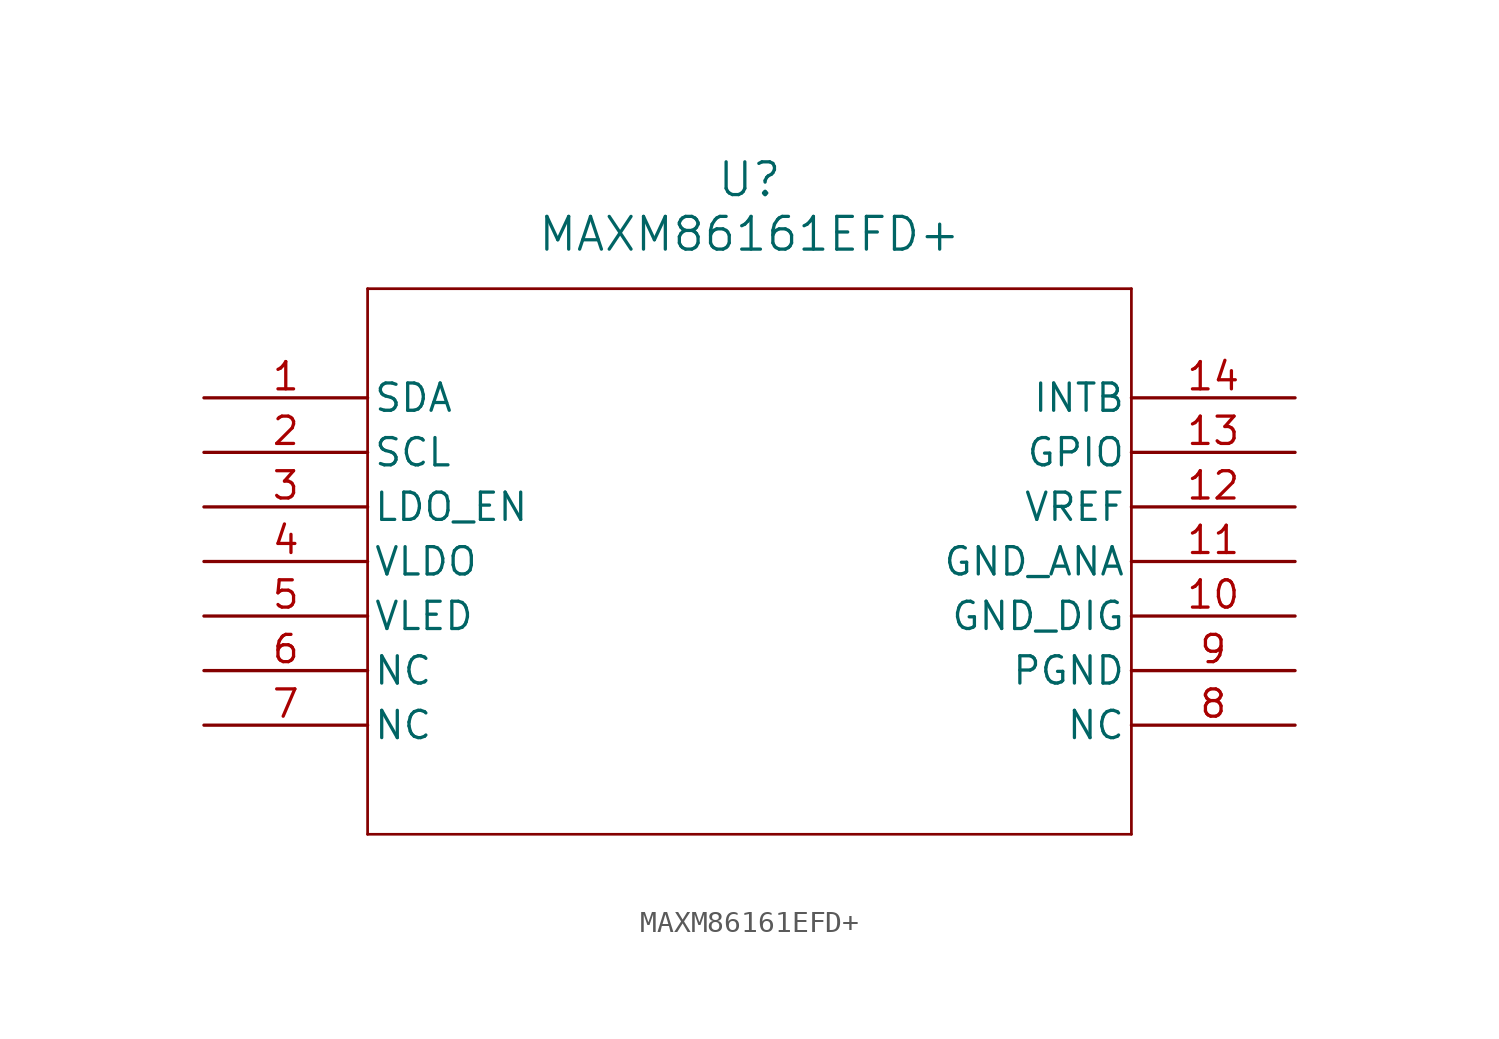
<source format=kicad_sym>
(kicad_symbol_lib
  (version 20211014)
  (generator kicad_symbol_editor)
  (symbol "MAXM86161EFD+"
    (pin_names
      (offset 0.254))
    (property "Reference" "U"
      (at 25.4 10.16 0)
      (effects (font (size 1.524 1.524))))
    (property "Value" "MAXM86161EFD+"
      (at 25.4 7.62 0)
      (effects (font (size 1.524 1.524))))
    (symbol "MAXM86161EFD+_0_1"
      (polyline (pts (xy 7.62 5.08) (xy 7.62 -20.32)) (stroke (width 0.127) (type default) (color 0 0 0 0)) (fill (type none)))
      (polyline (pts (xy 7.62 -20.32) (xy 43.18 -20.32)) (stroke (width 0.127) (type default) (color 0 0 0 0)) (fill (type none)))
      (polyline (pts (xy 43.18 -20.32) (xy 43.18 5.08)) (stroke (width 0.127) (type default) (color 0 0 0 0)) (fill (type none)))
      (polyline (pts (xy 43.18 5.08) (xy 7.62 5.08)) (stroke (width 0.127) (type default) (color 0 0 0 0)) (fill (type none)))
      (pin bidirectional line (at 0 0 0) (length 7.62) (name "SDA" (effects (font (size 1.27 1.27)))) (number "1" (effects (font (size 1.27 1.27)))))
      (pin input line (at 0 -2.54 0) (length 7.62) (name "SCL" (effects (font (size 1.27 1.27)))) (number "2" (effects (font (size 1.27 1.27)))))
      (pin input line (at 0 -5.08 0) (length 7.62) (name "LDO_EN" (effects (font (size 1.27 1.27)))) (number "3" (effects (font (size 1.27 1.27)))))
      (pin output line (at 0 -7.62 0) (length 7.62) (name "VLDO" (effects (font (size 1.27 1.27)))) (number "4" (effects (font (size 1.27 1.27)))))
      (pin input line (at 0 -10.16 0) (length 7.62) (name "VLED" (effects (font (size 1.27 1.27)))) (number "5" (effects (font (size 1.27 1.27)))))
      (pin unspecified line (at 0 -12.7 0) (length 7.62) (name "NC" (effects (font (size 1.27 1.27)))) (number "6" (effects (font (size 1.27 1.27)))))
      (pin unspecified line (at 0 -15.24 0) (length 7.62) (name "NC" (effects (font (size 1.27 1.27)))) (number "7" (effects (font (size 1.27 1.27)))))
      (pin unspecified line (at 50.8 -15.24 180) (length 7.62) (name "NC" (effects (font (size 1.27 1.27)))) (number "8" (effects (font (size 1.27 1.27)))))
      (pin power_out line (at 50.8 -12.7 180) (length 7.62) (name "PGND" (effects (font (size 1.27 1.27)))) (number "9" (effects (font (size 1.27 1.27)))))
      (pin unspecified line (at 50.8 -10.16 180) (length 7.62) (name "GND_DIG" (effects (font (size 1.27 1.27)))) (number "10" (effects (font (size 1.27 1.27)))))
      (pin unspecified line (at 50.8 -7.62 180) (length 7.62) (name "GND_ANA" (effects (font (size 1.27 1.27)))) (number "11" (effects (font (size 1.27 1.27)))))
      (pin unspecified line (at 50.8 -5.08 180) (length 7.62) (name "VREF" (effects (font (size 1.27 1.27)))) (number "12" (effects (font (size 1.27 1.27)))))
      (pin bidirectional line (at 50.8 -2.54 180) (length 7.62) (name "GPIO" (effects (font (size 1.27 1.27)))) (number "13" (effects (font (size 1.27 1.27)))))
      (pin unspecified line (at 50.8 0 180) (length 7.62) (name "INTB" (effects (font (size 1.27 1.27)))) (number "14" (effects (font (size 1.27 1.27))))))))
</source>
